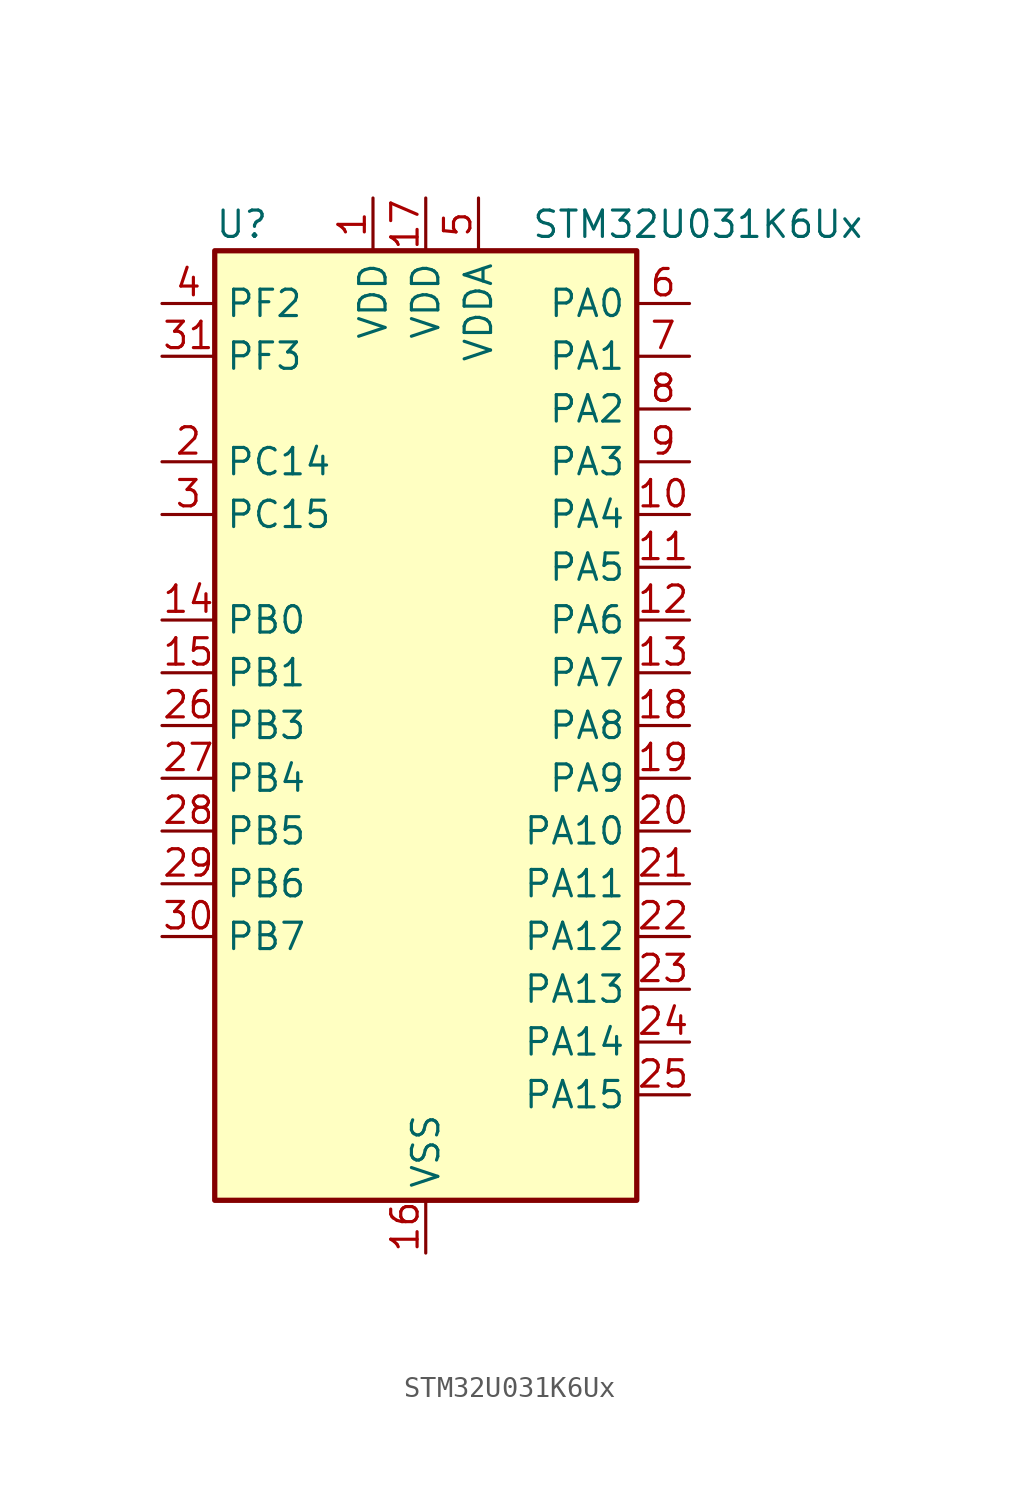
<source format=kicad_sym>
(kicad_symbol_lib
  (version 20231120)
  (generator "kicad_symbol_editor")
  (generator_version "8.99")
  (symbol "STM32U031K6Ux"
    (property "Reference" "U"
      (at -10.16 24.13 0)
      (effects (font (size 1.27 1.27)) (justify left)))
    (property "Value" "STM32U031K6Ux"
      (at 5.08 24.13 0)
      (effects (font (size 1.27 1.27)) (justify left)))
    (property "ki_locked" ""
      (at 0 0 0)
      (effects (font (size 1.27 1.27))))
    (symbol "STM32U031K6Ux_0_1"
      (rectangle (start -10.16 -22.86) (end 10.16 22.86) (stroke (width 0.254) (type default)) (fill (type background))))
    (symbol "STM32U031K6Ux_1_1"
      (pin power_in line (at -2.54 25.4 270) (length 2.54) (name "VDD" (effects (font (size 1.27 1.27)))) (number "1" (effects (font (size 1.27 1.27)))))
      (pin bidirectional line (at 12.7 10.16 180) (length 2.54) (name "PA4" (effects (font (size 1.27 1.27)))) (number "10" (effects (font (size 1.27 1.27)))) (alternate "ADC1_IN8" bidirectional line) (alternate "COMP1_INM" bidirectional line) (alternate "DAC1_OUT1" bidirectional line) (alternate "LPTIM2_CH1" bidirectional line) (alternate "SPI1_NSS" bidirectional line) (alternate "USART2_CK" bidirectional line))
      (pin bidirectional line (at 12.7 7.62 180) (length 2.54) (name "PA5" (effects (font (size 1.27 1.27)))) (number "11" (effects (font (size 1.27 1.27)))) (alternate "ADC1_IN9" bidirectional line) (alternate "COMP1_INM" bidirectional line) (alternate "LPTIM2_ETR" bidirectional line) (alternate "SPI1_SCK" bidirectional line) (alternate "TIM2_CH1" bidirectional line) (alternate "TIM2_ETR" bidirectional line) (alternate "USART3_TX" bidirectional line))
      (pin bidirectional line (at 12.7 5.08 180) (length 2.54) (name "PA6" (effects (font (size 1.27 1.27)))) (number "12" (effects (font (size 1.27 1.27)))) (alternate "ADC1_IN10" bidirectional line) (alternate "COMP1_OUT" bidirectional line) (alternate "I2C2_SDA" bidirectional line) (alternate "I2C3_SDA" bidirectional line) (alternate "LPUART1_CTS" bidirectional line) (alternate "SPI1_MISO" bidirectional line) (alternate "TIM16_CH1" bidirectional line) (alternate "TIM1_BKIN" bidirectional line) (alternate "TIM3_CH1" bidirectional line) (alternate "TSC_G5_IO1" bidirectional line) (alternate "USART3_CTS" bidirectional line))
      (pin bidirectional line (at 12.7 2.54 180) (length 2.54) (name "PA7" (effects (font (size 1.27 1.27)))) (number "13" (effects (font (size 1.27 1.27)))) (alternate "ADC1_IN14" bidirectional line) (alternate "I2C2_SCL" bidirectional line) (alternate "I2C3_SCL" bidirectional line) (alternate "LPTIM2_CH2" bidirectional line) (alternate "SPI1_MOSI" bidirectional line) (alternate "TIM1_CH1N" bidirectional line) (alternate "TIM3_CH2" bidirectional line) (alternate "USART3_RX" bidirectional line))
      (pin bidirectional line (at -12.7 5.08 0) (length 2.54) (name "PB0" (effects (font (size 1.27 1.27)))) (number "14" (effects (font (size 1.27 1.27)))) (alternate "ADC1_IN17" bidirectional line) (alternate "COMP1_OUT" bidirectional line) (alternate "LPUART2_CTS" bidirectional line) (alternate "SPI1_NSS" bidirectional line) (alternate "TIM1_CH2N" bidirectional line) (alternate "TIM3_CH3" bidirectional line) (alternate "TSC_G5_IO2" bidirectional line) (alternate "USART3_CK" bidirectional line))
      (pin bidirectional line (at -12.7 2.54 0) (length 2.54) (name "PB1" (effects (font (size 1.27 1.27)))) (number "15" (effects (font (size 1.27 1.27)))) (alternate "ADC1_IN18" bidirectional line) (alternate "COMP1_INM" bidirectional line) (alternate "LPTIM2_IN1" bidirectional line) (alternate "LPUART1_DE" bidirectional line) (alternate "LPUART1_RTS" bidirectional line) (alternate "LPUART2_DE" bidirectional line) (alternate "LPUART2_RTS" bidirectional line) (alternate "TIM1_CH3N" bidirectional line) (alternate "TIM3_CH4" bidirectional line) (alternate "TSC_SYNC" bidirectional line) (alternate "USART3_DE" bidirectional line) (alternate "USART3_RTS" bidirectional line))
      (pin power_in line (at 0 -25.4 90) (length 2.54) (name "VSS" (effects (font (size 1.27 1.27)))) (number "16" (effects (font (size 1.27 1.27)))))
      (pin power_in line (at 0 25.4 270) (length 2.54) (name "VDD" (effects (font (size 1.27 1.27)))) (number "17" (effects (font (size 1.27 1.27)))))
      (pin bidirectional line (at 12.7 0 180) (length 2.54) (name "PA8" (effects (font (size 1.27 1.27)))) (number "18" (effects (font (size 1.27 1.27)))) (alternate "LPTIM2_CH1" bidirectional line) (alternate "RCC_MCO" bidirectional line) (alternate "RCC_MCO2" bidirectional line) (alternate "TIM1_CH1" bidirectional line) (alternate "TSC_G7_IO1" bidirectional line) (alternate "USART1_CK" bidirectional line))
      (pin bidirectional line (at 12.7 -2.54 180) (length 2.54) (name "PA9" (effects (font (size 1.27 1.27)))) (number "19" (effects (font (size 1.27 1.27)))) (alternate "COMP1_INP" bidirectional line) (alternate "DAC1_EXTI9" bidirectional line) (alternate "I2C1_SCL" bidirectional line) (alternate "I2C2_SCL" bidirectional line) (alternate "RCC_MCO" bidirectional line) (alternate "TIM15_BKIN" bidirectional line) (alternate "TIM1_CH2" bidirectional line) (alternate "TSC_G7_IO2" bidirectional line) (alternate "USART1_TX" bidirectional line))
      (pin bidirectional line (at -12.7 12.7 0) (length 2.54) (name "PC14" (effects (font (size 1.27 1.27)))) (number "2" (effects (font (size 1.27 1.27)))) (alternate "RCC_OSC32_IN" bidirectional line))
      (pin bidirectional line (at 12.7 -5.08 180) (length 2.54) (name "PA10" (effects (font (size 1.27 1.27)))) (number "20" (effects (font (size 1.27 1.27)))) (alternate "I2C1_SDA" bidirectional line) (alternate "I2C2_SDA" bidirectional line) (alternate "RCC_MCO2" bidirectional line) (alternate "SPI2_NSS" bidirectional line) (alternate "TIM1_CH3" bidirectional line) (alternate "TSC_G7_IO3" bidirectional line) (alternate "USART1_RX" bidirectional line))
      (pin bidirectional line (at 12.7 -7.62 180) (length 2.54) (name "PA11" (effects (font (size 1.27 1.27)))) (number "21" (effects (font (size 1.27 1.27)))) (alternate "ADC1_EXTI11" bidirectional line) (alternate "COMP1_OUT" bidirectional line) (alternate "SPI1_MISO" bidirectional line) (alternate "SPI2_MISO" bidirectional line) (alternate "TIM1_BKIN2" bidirectional line) (alternate "TIM1_CH4" bidirectional line) (alternate "USART1_CTS" bidirectional line))
      (pin bidirectional line (at 12.7 -10.16 180) (length 2.54) (name "PA12" (effects (font (size 1.27 1.27)))) (number "22" (effects (font (size 1.27 1.27)))) (alternate "SPI1_MOSI" bidirectional line) (alternate "SPI2_MOSI" bidirectional line) (alternate "TIM1_ETR" bidirectional line) (alternate "USART1_DE" bidirectional line) (alternate "USART1_RTS" bidirectional line))
      (pin bidirectional line (at 12.7 -12.7 180) (length 2.54) (name "PA13" (effects (font (size 1.27 1.27)))) (number "23" (effects (font (size 1.27 1.27)))) (alternate "DEBUG_JTMS-SWDIO" bidirectional line) (alternate "IR_OUT" bidirectional line) (alternate "TSC_G7_IO4" bidirectional line))
      (pin bidirectional line (at 12.7 -15.24 180) (length 2.54) (name "PA14" (effects (font (size 1.27 1.27)))) (number "24" (effects (font (size 1.27 1.27)))) (alternate "DEBUG_JTCK-SWCLK" bidirectional line) (alternate "LPTIM1_CH1" bidirectional line) (alternate "TSC_G3_IO4" bidirectional line))
      (pin bidirectional line (at 12.7 -17.78 180) (length 2.54) (name "PA15" (effects (font (size 1.27 1.27)))) (number "25" (effects (font (size 1.27 1.27)))) (alternate "DEBUG_JTDI" bidirectional line) (alternate "SPI1_NSS" bidirectional line) (alternate "TIM2_CH1" bidirectional line) (alternate "TIM2_ETR" bidirectional line) (alternate "TSC_G3_IO1" bidirectional line) (alternate "USART2_RX" bidirectional line) (alternate "USART3_DE" bidirectional line) (alternate "USART3_RTS" bidirectional line) (alternate "USART4_DE" bidirectional line) (alternate "USART4_RTS" bidirectional line))
      (pin bidirectional line (at -12.7 0 0) (length 2.54) (name "PB3" (effects (font (size 1.27 1.27)))) (number "26" (effects (font (size 1.27 1.27)))) (alternate "DEBUG_JTDO-SWO" bidirectional line) (alternate "I2C2_SCL" bidirectional line) (alternate "I2C3_SCL" bidirectional line) (alternate "LPTIM1_CH3" bidirectional line) (alternate "SPI1_SCK" bidirectional line) (alternate "TIM2_CH2" bidirectional line) (alternate "USART1_DE" bidirectional line) (alternate "USART1_RTS" bidirectional line))
      (pin bidirectional line (at -12.7 -2.54 0) (length 2.54) (name "PB4" (effects (font (size 1.27 1.27)))) (number "27" (effects (font (size 1.27 1.27)))) (alternate "I2C2_SDA" bidirectional line) (alternate "I2C3_SDA" bidirectional line) (alternate "LPTIM1_CH4" bidirectional line) (alternate "SPI1_MISO" bidirectional line) (alternate "TIM3_CH1" bidirectional line) (alternate "TSC_G2_IO1" bidirectional line) (alternate "USART1_CTS" bidirectional line))
      (pin bidirectional line (at -12.7 -5.08 0) (length 2.54) (name "PB5" (effects (font (size 1.27 1.27)))) (number "28" (effects (font (size 1.27 1.27)))) (alternate "LPTIM1_IN1" bidirectional line) (alternate "SPI1_MOSI" bidirectional line) (alternate "TIM16_BKIN" bidirectional line) (alternate "TIM3_CH2" bidirectional line) (alternate "TSC_G2_IO2" bidirectional line) (alternate "USART1_CK" bidirectional line))
      (pin bidirectional line (at -12.7 -7.62 0) (length 2.54) (name "PB6" (effects (font (size 1.27 1.27)))) (number "29" (effects (font (size 1.27 1.27)))) (alternate "I2C1_SCL" bidirectional line) (alternate "I2C2_SCL" bidirectional line) (alternate "LPTIM1_ETR" bidirectional line) (alternate "LPUART2_TX" bidirectional line) (alternate "TIM16_CH1N" bidirectional line) (alternate "TSC_G2_IO3" bidirectional line) (alternate "USART1_TX" bidirectional line))
      (pin bidirectional line (at -12.7 10.16 0) (length 2.54) (name "PC15" (effects (font (size 1.27 1.27)))) (number "3" (effects (font (size 1.27 1.27)))) (alternate "RCC_OSC32_EN" bidirectional line) (alternate "RCC_OSC32_OUT" bidirectional line) (alternate "RCC_OSC_EN" bidirectional line))
      (pin bidirectional line (at -12.7 -10.16 0) (length 2.54) (name "PB7" (effects (font (size 1.27 1.27)))) (number "30" (effects (font (size 1.27 1.27)))) (alternate "I2C1_SDA" bidirectional line) (alternate "I2C2_SDA" bidirectional line) (alternate "LPTIM1_IN2" bidirectional line) (alternate "LPUART2_RX" bidirectional line) (alternate "TSC_G2_IO4" bidirectional line) (alternate "USART1_RX" bidirectional line) (alternate "USART4_CTS" bidirectional line))
      (pin bidirectional line (at -12.7 17.78 0) (length 2.54) (name "PF3" (effects (font (size 1.27 1.27)))) (number "31" (effects (font (size 1.27 1.27)))))
      (pin passive line (at 0 -25.4 90) (length 2.54) hide (name "VSS" (effects (font (size 1.27 1.27)))) (number "32" (effects (font (size 1.27 1.27)))))
      (pin passive line (at 0 -25.4 90) (length 2.54) hide (name "VSS" (effects (font (size 1.27 1.27)))) (number "33" (effects (font (size 1.27 1.27)))))
      (pin bidirectional line (at -12.7 20.32 0) (length 2.54) (name "PF2" (effects (font (size 1.27 1.27)))) (number "4" (effects (font (size 1.27 1.27)))) (alternate "RCC_MCO" bidirectional line))
      (pin power_in line (at 2.54 25.4 270) (length 2.54) (name "VDDA" (effects (font (size 1.27 1.27)))) (number "5" (effects (font (size 1.27 1.27)))))
      (pin bidirectional line (at 12.7 20.32 180) (length 2.54) (name "PA0" (effects (font (size 1.27 1.27)))) (number "6" (effects (font (size 1.27 1.27)))) (alternate "ADC1_IN4" bidirectional line) (alternate "COMP1_INM" bidirectional line) (alternate "COMP1_OUT" bidirectional line) (alternate "OPAMP1_VINP" bidirectional line) (alternate "PWR_WKUP1" bidirectional line) (alternate "TAMP_IN2" bidirectional line) (alternate "TIM2_CH1" bidirectional line) (alternate "TIM2_ETR" bidirectional line) (alternate "USART2_CTS" bidirectional line) (alternate "USART4_TX" bidirectional line))
      (pin bidirectional line (at 12.7 17.78 180) (length 2.54) (name "PA1" (effects (font (size 1.27 1.27)))) (number "7" (effects (font (size 1.27 1.27)))) (alternate "ADC1_IN5" bidirectional line) (alternate "COMP1_INP" bidirectional line) (alternate "LPTIM1_CH2" bidirectional line) (alternate "OPAMP1_VINM" bidirectional line) (alternate "PWR_WKUP3" bidirectional line) (alternate "SPI1_SCK" bidirectional line) (alternate "SPI2_SCK" bidirectional line) (alternate "TAMP_IN5" bidirectional line) (alternate "TIM15_CH1N" bidirectional line) (alternate "TIM2_CH2" bidirectional line) (alternate "USART2_DE" bidirectional line) (alternate "USART2_RTS" bidirectional line) (alternate "USART4_RX" bidirectional line))
      (pin bidirectional line (at 12.7 15.24 180) (length 2.54) (name "PA2" (effects (font (size 1.27 1.27)))) (number "8" (effects (font (size 1.27 1.27)))) (alternate "ADC1_IN6" bidirectional line) (alternate "LPUART1_TX" bidirectional line) (alternate "PWR_WKUP4" bidirectional line) (alternate "RCC_LSCO" bidirectional line) (alternate "TIM15_CH1" bidirectional line) (alternate "TIM2_CH3" bidirectional line) (alternate "USART2_TX" bidirectional line))
      (pin bidirectional line (at 12.7 12.7 180) (length 2.54) (name "PA3" (effects (font (size 1.27 1.27)))) (number "9" (effects (font (size 1.27 1.27)))) (alternate "ADC1_IN7" bidirectional line) (alternate "LPUART1_RX" bidirectional line) (alternate "OPAMP1_VOUT" bidirectional line) (alternate "TIM15_CH2" bidirectional line) (alternate "TIM2_CH4" bidirectional line) (alternate "USART2_RX" bidirectional line)))))
</source>
